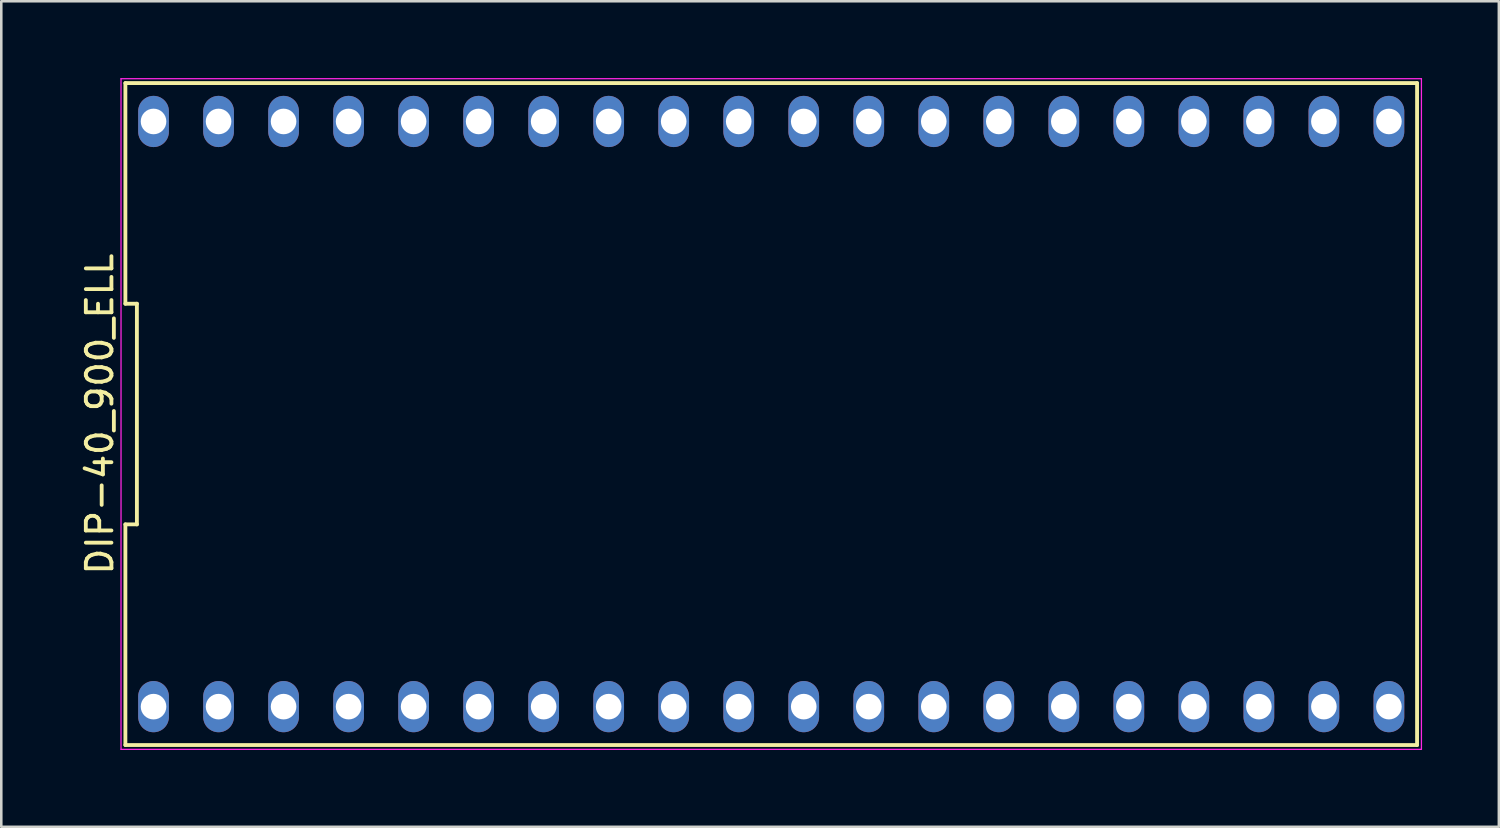
<source format=kicad_pcb>
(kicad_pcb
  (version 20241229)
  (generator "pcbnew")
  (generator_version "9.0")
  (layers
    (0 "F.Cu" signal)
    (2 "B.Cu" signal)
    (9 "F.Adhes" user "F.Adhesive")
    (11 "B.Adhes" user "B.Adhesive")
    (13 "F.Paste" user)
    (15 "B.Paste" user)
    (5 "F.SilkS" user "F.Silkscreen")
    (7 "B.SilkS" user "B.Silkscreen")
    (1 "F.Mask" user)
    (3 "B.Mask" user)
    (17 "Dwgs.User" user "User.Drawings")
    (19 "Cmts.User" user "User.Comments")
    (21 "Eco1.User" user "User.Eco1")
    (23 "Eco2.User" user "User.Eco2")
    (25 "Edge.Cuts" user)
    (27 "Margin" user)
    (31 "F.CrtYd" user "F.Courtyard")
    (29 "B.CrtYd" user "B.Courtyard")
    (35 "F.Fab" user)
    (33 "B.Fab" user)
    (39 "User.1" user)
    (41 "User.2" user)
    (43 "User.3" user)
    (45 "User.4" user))
  (footprint "DIP-40_900_ELL"
    (layer "F.Cu")
    (at 1.678 13.125)
    (property "Reference" "DIP-40_900_ELL" (at -0.83 0 90) (layer "F.SilkS") (effects (font (size 1 1) (thickness 0.15))))
    (attr through_hole)
    (fp_line (start 0.17 -12.93) (end 0.17 -4.31) (stroke (width 0.15) (type solid)) (layer "F.SilkS"))
    (fp_line (start 0.17 -4.31) (end 0.62 -4.31) (stroke (width 0.15) (type solid)) (layer "F.SilkS"))
    (fp_line (start 0.17 4.31) (end 0.17 12.93) (stroke (width 0.15) (type solid)) (layer "F.SilkS"))
    (fp_line (start 0.17 12.93) (end 50.63 12.93) (stroke (width 0.15) (type solid)) (layer "F.SilkS"))
    (fp_line (start 0.62 -4.31) (end 0.62 4.31) (stroke (width 0.15) (type solid)) (layer "F.SilkS"))
    (fp_line (start 0.62 4.31) (end 0.17 4.31) (stroke (width 0.15) (type solid)) (layer "F.SilkS"))
    (fp_line (start 50.63 -12.93) (end 0.17 -12.93) (stroke (width 0.15) (type solid)) (layer "F.SilkS"))
    (fp_line (start 50.63 12.93) (end 50.63 -12.93) (stroke (width 0.15) (type solid)) (layer "F.SilkS"))
    (fp_line (start 0 -13.1) (end 50.8 -13.1) (stroke (width 0.05) (type solid)) (layer "F.CrtYd"))
    (fp_line (start 0 13.1) (end 0 -13.1) (stroke (width 0.05) (type solid)) (layer "F.CrtYd"))
    (fp_line (start 50.8 -13.1) (end 50.8 13.1) (stroke (width 0.05) (type solid)) (layer "F.CrtYd"))
    (fp_line (start 50.8 13.1) (end 0 13.1) (stroke (width 0.05) (type solid)) (layer "F.CrtYd"))
    (pad "1" thru_hole oval (at 1.27 11.43) (size 1.2 2) (drill 1) (layers "*.Cu" "*.Mask"))
    (pad "2" thru_hole oval (at 3.81 11.43) (size 1.2 2) (drill 1) (layers "*.Cu" "*.Mask"))
    (pad "3" thru_hole oval (at 6.35 11.43) (size 1.2 2) (drill 1) (layers "*.Cu" "*.Mask"))
    (pad "4" thru_hole oval (at 8.89 11.43) (size 1.2 2) (drill 1) (layers "*.Cu" "*.Mask"))
    (pad "5" thru_hole oval (at 11.43 11.43) (size 1.2 2) (drill 1) (layers "*.Cu" "*.Mask"))
    (pad "6" thru_hole oval (at 13.97 11.43) (size 1.2 2) (drill 1) (layers "*.Cu" "*.Mask"))
    (pad "7" thru_hole oval (at 16.51 11.43) (size 1.2 2) (drill 1) (layers "*.Cu" "*.Mask"))
    (pad "8" thru_hole oval (at 19.05 11.43) (size 1.2 2) (drill 1) (layers "*.Cu" "*.Mask"))
    (pad "9" thru_hole oval (at 21.59 11.43) (size 1.2 2) (drill 1) (layers "*.Cu" "*.Mask"))
    (pad "10" thru_hole oval (at 24.13 11.43) (size 1.2 2) (drill 1) (layers "*.Cu" "*.Mask"))
    (pad "11" thru_hole oval (at 26.67 11.43) (size 1.2 2) (drill 1) (layers "*.Cu" "*.Mask"))
    (pad "12" thru_hole oval (at 29.21 11.43) (size 1.2 2) (drill 1) (layers "*.Cu" "*.Mask"))
    (pad "13" thru_hole oval (at 31.75 11.43) (size 1.2 2) (drill 1) (layers "*.Cu" "*.Mask"))
    (pad "14" thru_hole oval (at 34.29 11.43) (size 1.2 2) (drill 1) (layers "*.Cu" "*.Mask"))
    (pad "15" thru_hole oval (at 36.83 11.43) (size 1.2 2) (drill 1) (layers "*.Cu" "*.Mask"))
    (pad "16" thru_hole oval (at 39.37 11.43) (size 1.2 2) (drill 1) (layers "*.Cu" "*.Mask"))
    (pad "17" thru_hole oval (at 41.91 11.43) (size 1.2 2) (drill 1) (layers "*.Cu" "*.Mask"))
    (pad "18" thru_hole oval (at 44.45 11.43) (size 1.2 2) (drill 1) (layers "*.Cu" "*.Mask"))
    (pad "19" thru_hole oval (at 46.99 11.43) (size 1.2 2) (drill 1) (layers "*.Cu" "*.Mask"))
    (pad "20" thru_hole oval (at 49.53 11.43) (size 1.2 2) (drill 1) (layers "*.Cu" "*.Mask"))
    (pad "21" thru_hole oval (at 49.53 -11.43) (size 1.2 2) (drill 1) (layers "*.Cu" "*.Mask"))
    (pad "22" thru_hole oval (at 46.99 -11.43) (size 1.2 2) (drill 1) (layers "*.Cu" "*.Mask"))
    (pad "23" thru_hole oval (at 44.45 -11.43) (size 1.2 2) (drill 1) (layers "*.Cu" "*.Mask"))
    (pad "24" thru_hole oval (at 41.91 -11.43) (size 1.2 2) (drill 1) (layers "*.Cu" "*.Mask"))
    (pad "25" thru_hole oval (at 39.37 -11.43) (size 1.2 2) (drill 1) (layers "*.Cu" "*.Mask"))
    (pad "26" thru_hole oval (at 36.83 -11.43) (size 1.2 2) (drill 1) (layers "*.Cu" "*.Mask"))
    (pad "27" thru_hole oval (at 34.29 -11.43) (size 1.2 2) (drill 1) (layers "*.Cu" "*.Mask"))
    (pad "28" thru_hole oval (at 31.75 -11.43) (size 1.2 2) (drill 1) (layers "*.Cu" "*.Mask"))
    (pad "29" thru_hole oval (at 29.21 -11.43) (size 1.2 2) (drill 1) (layers "*.Cu" "*.Mask"))
    (pad "30" thru_hole oval (at 26.67 -11.43) (size 1.2 2) (drill 1) (layers "*.Cu" "*.Mask"))
    (pad "31" thru_hole oval (at 24.13 -11.43) (size 1.2 2) (drill 1) (layers "*.Cu" "*.Mask"))
    (pad "32" thru_hole oval (at 21.59 -11.43) (size 1.2 2) (drill 1) (layers "*.Cu" "*.Mask"))
    (pad "33" thru_hole oval (at 19.05 -11.43) (size 1.2 2) (drill 1) (layers "*.Cu" "*.Mask"))
    (pad "34" thru_hole oval (at 16.51 -11.43) (size 1.2 2) (drill 1) (layers "*.Cu" "*.Mask"))
    (pad "35" thru_hole oval (at 13.97 -11.43) (size 1.2 2) (drill 1) (layers "*.Cu" "*.Mask"))
    (pad "36" thru_hole oval (at 11.43 -11.43) (size 1.2 2) (drill 1) (layers "*.Cu" "*.Mask"))
    (pad "37" thru_hole oval (at 8.89 -11.43) (size 1.2 2) (drill 1) (layers "*.Cu" "*.Mask"))
    (pad "38" thru_hole oval (at 6.35 -11.43) (size 1.2 2) (drill 1) (layers "*.Cu" "*.Mask"))
    (pad "39" thru_hole oval (at 3.81 -11.43) (size 1.2 2) (drill 1) (layers "*.Cu" "*.Mask"))
    (pad "40" thru_hole oval (at 1.27 -11.43) (size 1.2 2) (drill 1) (layers "*.Cu" "*.Mask")))
  (gr_rect
    (start -3 -3)
    (end 55.503 29.25)
    (stroke (width 0.1) (type default))
    (fill no)
    (layer "Edge.Cuts")))
</source>
